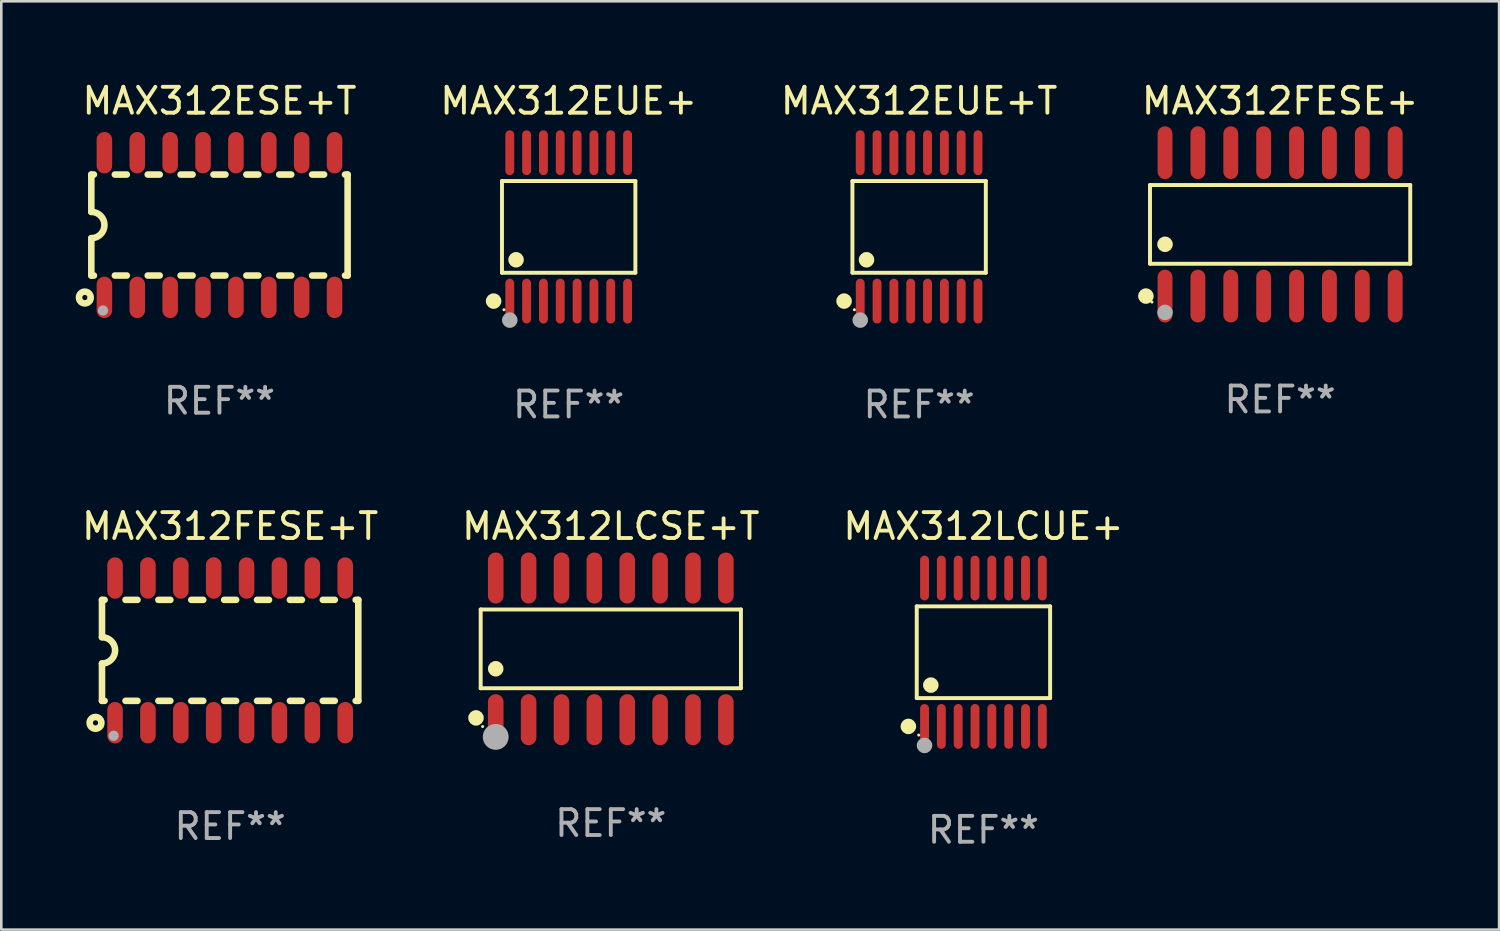
<source format=kicad_pcb>
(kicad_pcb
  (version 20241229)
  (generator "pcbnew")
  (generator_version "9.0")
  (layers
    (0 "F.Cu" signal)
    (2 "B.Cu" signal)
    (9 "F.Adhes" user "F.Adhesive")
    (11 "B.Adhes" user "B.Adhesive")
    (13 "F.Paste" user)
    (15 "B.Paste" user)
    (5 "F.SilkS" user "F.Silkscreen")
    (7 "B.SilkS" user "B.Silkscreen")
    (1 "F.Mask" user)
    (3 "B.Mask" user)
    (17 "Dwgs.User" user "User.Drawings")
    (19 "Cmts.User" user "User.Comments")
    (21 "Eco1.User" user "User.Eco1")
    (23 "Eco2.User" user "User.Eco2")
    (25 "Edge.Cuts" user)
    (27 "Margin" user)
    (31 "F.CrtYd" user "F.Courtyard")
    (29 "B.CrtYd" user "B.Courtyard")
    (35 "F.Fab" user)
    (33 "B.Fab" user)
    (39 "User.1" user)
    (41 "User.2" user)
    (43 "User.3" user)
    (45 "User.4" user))
  (footprint "MAX312LCUE+"
    (layer "F.Cu")
    (at 34.935 22.142)
    (property "Reference" "MAX312LCUE+" (at 0 -4.866 0) (layer "F.SilkS") (effects (font (size 1 1) (thickness 0.15))))
    (attr through_hole)
    (fp_line (start -2.576 -1.772) (end 2.576 -1.772) (stroke (width 0.152) (type solid)) (layer "F.SilkS"))
    (fp_line (start -2.576 1.771) (end -2.576 -1.772) (stroke (width 0.152) (type solid)) (layer "F.SilkS"))
    (fp_line (start 2.576 -1.772) (end 2.576 1.771) (stroke (width 0.152) (type solid)) (layer "F.SilkS"))
    (fp_line (start 2.576 1.771) (end -2.576 1.771) (stroke (width 0.152) (type solid)) (layer "F.SilkS"))
    (fp_circle (center -2.899 2.866) (end -2.749 2.866) (stroke (width 0.3) (type solid)) (fill no) (layer "F.SilkS"))
    (fp_circle (center -2.5 3.2) (end -2.47 3.2) (stroke (width 0.06) (type solid)) (fill no) (layer "F.SilkS"))
    (fp_circle (center -2.032 1.27) (end -1.882 1.27) (stroke (width 0.3) (type solid)) (fill no) (layer "F.SilkS"))
    (fp_circle (center -2.275 3.6) (end -2.125 3.6) (stroke (width 0.3) (type solid)) (fill no) (layer "F.Fab"))
    (fp_text user "REF**" (at 0 6.866 0) (layer "F.Fab") (effects (font (size 1 1) (thickness 0.15))))
    (pad "1" smd oval (at -2.275 2.866) (size 0.343 1.731) (layers "F.Cu" "F.Mask" "F.Paste"))
    (pad "2" smd oval (at -1.625 2.866) (size 0.343 1.731) (layers "F.Cu" "F.Mask" "F.Paste"))
    (pad "3" smd oval (at -0.975 2.866) (size 0.343 1.731) (layers "F.Cu" "F.Mask" "F.Paste"))
    (pad "4" smd oval (at -0.325 2.866) (size 0.343 1.731) (layers "F.Cu" "F.Mask" "F.Paste"))
    (pad "5" smd oval (at 0.325 2.866) (size 0.343 1.731) (layers "F.Cu" "F.Mask" "F.Paste"))
    (pad "6" smd oval (at 0.975 2.866) (size 0.343 1.731) (layers "F.Cu" "F.Mask" "F.Paste"))
    (pad "7" smd oval (at 1.625 2.866) (size 0.343 1.731) (layers "F.Cu" "F.Mask" "F.Paste"))
    (pad "8" smd oval (at 2.275 2.866) (size 0.343 1.731) (layers "F.Cu" "F.Mask" "F.Paste"))
    (pad "9" smd oval (at 2.275 -2.866) (size 0.343 1.731) (layers "F.Cu" "F.Mask" "F.Paste"))
    (pad "10" smd oval (at 1.625 -2.866) (size 0.343 1.731) (layers "F.Cu" "F.Mask" "F.Paste"))
    (pad "11" smd oval (at 0.975 -2.866) (size 0.343 1.731) (layers "F.Cu" "F.Mask" "F.Paste"))
    (pad "12" smd oval (at 0.325 -2.866) (size 0.343 1.731) (layers "F.Cu" "F.Mask" "F.Paste"))
    (pad "13" smd oval (at -0.325 -2.866) (size 0.343 1.731) (layers "F.Cu" "F.Mask" "F.Paste"))
    (pad "14" smd oval (at -0.975 -2.866) (size 0.343 1.731) (layers "F.Cu" "F.Mask" "F.Paste"))
    (pad "15" smd oval (at -1.625 -2.866) (size 0.343 1.731) (layers "F.Cu" "F.Mask" "F.Paste"))
    (pad "16" smd oval (at -2.275 -2.866) (size 0.343 1.731) (layers "F.Cu" "F.Mask" "F.Paste")))
  (footprint "MAX312EUE+T"
    (layer "F.Cu")
    (at 32.451 5.714)
    (property "Reference" "MAX312EUE+T" (at 0 -4.866 0) (layer "F.SilkS") (effects (font (size 1 1) (thickness 0.15))))
    (attr through_hole)
    (fp_line (start -2.576 -1.772) (end 2.576 -1.772) (stroke (width 0.152) (type solid)) (layer "F.SilkS"))
    (fp_line (start -2.576 1.771) (end -2.576 -1.772) (stroke (width 0.152) (type solid)) (layer "F.SilkS"))
    (fp_line (start 2.576 -1.772) (end 2.576 1.771) (stroke (width 0.152) (type solid)) (layer "F.SilkS"))
    (fp_line (start 2.576 1.771) (end -2.576 1.771) (stroke (width 0.152) (type solid)) (layer "F.SilkS"))
    (fp_circle (center -2.899 2.866) (end -2.749 2.866) (stroke (width 0.3) (type solid)) (fill no) (layer "F.SilkS"))
    (fp_circle (center -2.5 3.2) (end -2.47 3.2) (stroke (width 0.06) (type solid)) (fill no) (layer "F.SilkS"))
    (fp_circle (center -2.032 1.27) (end -1.882 1.27) (stroke (width 0.3) (type solid)) (fill no) (layer "F.SilkS"))
    (fp_circle (center -2.275 3.6) (end -2.125 3.6) (stroke (width 0.3) (type solid)) (fill no) (layer "F.Fab"))
    (fp_text user "REF**" (at 0 6.866 0) (layer "F.Fab") (effects (font (size 1 1) (thickness 0.15))))
    (pad "1" smd oval (at -2.275 2.866) (size 0.343 1.731) (layers "F.Cu" "F.Mask" "F.Paste"))
    (pad "2" smd oval (at -1.625 2.866) (size 0.343 1.731) (layers "F.Cu" "F.Mask" "F.Paste"))
    (pad "3" smd oval (at -0.975 2.866) (size 0.343 1.731) (layers "F.Cu" "F.Mask" "F.Paste"))
    (pad "4" smd oval (at -0.325 2.866) (size 0.343 1.731) (layers "F.Cu" "F.Mask" "F.Paste"))
    (pad "5" smd oval (at 0.325 2.866) (size 0.343 1.731) (layers "F.Cu" "F.Mask" "F.Paste"))
    (pad "6" smd oval (at 0.975 2.866) (size 0.343 1.731) (layers "F.Cu" "F.Mask" "F.Paste"))
    (pad "7" smd oval (at 1.625 2.866) (size 0.343 1.731) (layers "F.Cu" "F.Mask" "F.Paste"))
    (pad "8" smd oval (at 2.275 2.866) (size 0.343 1.731) (layers "F.Cu" "F.Mask" "F.Paste"))
    (pad "9" smd oval (at 2.275 -2.866) (size 0.343 1.731) (layers "F.Cu" "F.Mask" "F.Paste"))
    (pad "10" smd oval (at 1.625 -2.866) (size 0.343 1.731) (layers "F.Cu" "F.Mask" "F.Paste"))
    (pad "11" smd oval (at 0.975 -2.866) (size 0.343 1.731) (layers "F.Cu" "F.Mask" "F.Paste"))
    (pad "12" smd oval (at 0.325 -2.866) (size 0.343 1.731) (layers "F.Cu" "F.Mask" "F.Paste"))
    (pad "13" smd oval (at -0.325 -2.866) (size 0.343 1.731) (layers "F.Cu" "F.Mask" "F.Paste"))
    (pad "14" smd oval (at -0.975 -2.866) (size 0.343 1.731) (layers "F.Cu" "F.Mask" "F.Paste"))
    (pad "15" smd oval (at -1.625 -2.866) (size 0.343 1.731) (layers "F.Cu" "F.Mask" "F.Paste"))
    (pad "16" smd oval (at -2.275 -2.866) (size 0.343 1.731) (layers "F.Cu" "F.Mask" "F.Paste")))
  (footprint "MAX312ESE+T"
    (layer "F.Cu")
    (at 5.427 5.642)
    (property "Reference" "MAX312ESE+T" (at 0 -4.794 0) (layer "F.SilkS") (effects (font (size 1 1) (thickness 0.15))))
    (attr through_hole)
    (fp_line (start -4.95 -1.95) (end -4.95 -0.508) (stroke (width 0.254) (type solid)) (layer "F.SilkS"))
    (fp_line (start -4.95 -1.95) (end -4.849 -1.95) (stroke (width 0.254) (type solid)) (layer "F.SilkS"))
    (fp_line (start -4.95 1.95) (end -4.95 0.508) (stroke (width 0.254) (type solid)) (layer "F.SilkS"))
    (fp_line (start -4.95 1.95) (end -4.849 1.95) (stroke (width 0.254) (type solid)) (layer "F.SilkS"))
    (fp_line (start -4.041 -1.95) (end -3.579 -1.95) (stroke (width 0.254) (type solid)) (layer "F.SilkS"))
    (fp_line (start -4.041 1.95) (end -3.579 1.95) (stroke (width 0.254) (type solid)) (layer "F.SilkS"))
    (fp_line (start -2.771 -1.95) (end -2.309 -1.95) (stroke (width 0.254) (type solid)) (layer "F.SilkS"))
    (fp_line (start -2.771 1.95) (end -2.309 1.95) (stroke (width 0.254) (type solid)) (layer "F.SilkS"))
    (fp_line (start -1.501 -1.95) (end -1.039 -1.95) (stroke (width 0.254) (type solid)) (layer "F.SilkS"))
    (fp_line (start -1.501 1.95) (end -1.039 1.95) (stroke (width 0.254) (type solid)) (layer "F.SilkS"))
    (fp_line (start -0.231 -1.95) (end 0.231 -1.95) (stroke (width 0.254) (type solid)) (layer "F.SilkS"))
    (fp_line (start -0.231 1.95) (end 0.231 1.95) (stroke (width 0.254) (type solid)) (layer "F.SilkS"))
    (fp_line (start 1.039 -1.95) (end 1.501 -1.95) (stroke (width 0.254) (type solid)) (layer "F.SilkS"))
    (fp_line (start 1.039 1.95) (end 1.501 1.95) (stroke (width 0.254) (type solid)) (layer "F.SilkS"))
    (fp_line (start 2.309 -1.95) (end 2.771 -1.95) (stroke (width 0.254) (type solid)) (layer "F.SilkS"))
    (fp_line (start 2.309 1.95) (end 2.771 1.95) (stroke (width 0.254) (type solid)) (layer "F.SilkS"))
    (fp_line (start 3.579 -1.95) (end 4.041 -1.95) (stroke (width 0.254) (type solid)) (layer "F.SilkS"))
    (fp_line (start 3.579 1.95) (end 4.041 1.95) (stroke (width 0.254) (type solid)) (layer "F.SilkS"))
    (fp_line (start 4.849 -1.95) (end 4.95 -1.95) (stroke (width 0.254) (type solid)) (layer "F.SilkS"))
    (fp_line (start 4.849 1.95) (end 4.95 1.95) (stroke (width 0.254) (type solid)) (layer "F.SilkS"))
    (fp_line (start 4.95 -1.95) (end 4.95 1.95) (stroke (width 0.254) (type solid)) (layer "F.SilkS"))
    (fp_arc (start -4.95047 -0.508001) (mid -4.442469 -0.000228) (end -4.950013 0.508001) (stroke (width 0.254001) (type solid)) (layer "F.SilkS"))
    (fp_circle (center -5.2 2.8) (end -5.1 2.8) (stroke (width 0.254) (type solid)) (fill no) (layer "F.SilkS"))
    (fp_circle (center -4.95 2.947) (end -4.92 2.947) (stroke (width 0.06) (type solid)) (fill no) (layer "F.SilkS"))
    (fp_circle (center -4.5 3.3) (end -4.4 3.3) (stroke (width 0.2) (type solid)) (fill no) (layer "F.Fab"))
    (fp_text user "REF**" (at 0 6.794 0) (layer "F.Fab") (effects (font (size 1 1) (thickness 0.15))))
    (pad "1" smd oval (at -4.445 2.794) (size 0.6 1.6) (layers "F.Cu" "F.Mask" "F.Paste"))
    (pad "2" smd oval (at -3.175 2.794) (size 0.6 1.6) (layers "F.Cu" "F.Mask" "F.Paste"))
    (pad "3" smd oval (at -1.905 2.794) (size 0.6 1.6) (layers "F.Cu" "F.Mask" "F.Paste"))
    (pad "4" smd oval (at -0.635 2.794) (size 0.6 1.6) (layers "F.Cu" "F.Mask" "F.Paste"))
    (pad "5" smd oval (at 0.635 2.794) (size 0.6 1.6) (layers "F.Cu" "F.Mask" "F.Paste"))
    (pad "6" smd oval (at 1.905 2.794) (size 0.6 1.6) (layers "F.Cu" "F.Mask" "F.Paste"))
    (pad "7" smd oval (at 3.175 2.794) (size 0.6 1.6) (layers "F.Cu" "F.Mask" "F.Paste"))
    (pad "8" smd oval (at 4.445 2.794) (size 0.6 1.6) (layers "F.Cu" "F.Mask" "F.Paste"))
    (pad "9" smd oval (at 4.445 -2.794) (size 0.6 1.6) (layers "F.Cu" "F.Mask" "F.Paste"))
    (pad "10" smd oval (at 3.175 -2.794) (size 0.6 1.6) (layers "F.Cu" "F.Mask" "F.Paste"))
    (pad "11" smd oval (at 1.905 -2.794) (size 0.6 1.6) (layers "F.Cu" "F.Mask" "F.Paste"))
    (pad "12" smd oval (at 0.635 -2.794) (size 0.6 1.6) (layers "F.Cu" "F.Mask" "F.Paste"))
    (pad "13" smd oval (at -0.635 -2.794) (size 0.6 1.6) (layers "F.Cu" "F.Mask" "F.Paste"))
    (pad "14" smd oval (at -1.905 -2.794) (size 0.6 1.6) (layers "F.Cu" "F.Mask" "F.Paste"))
    (pad "15" smd oval (at -3.175 -2.794) (size 0.6 1.6) (layers "F.Cu" "F.Mask" "F.Paste"))
    (pad "16" smd oval (at -4.445 -2.794) (size 0.6 1.6) (layers "F.Cu" "F.Mask" "F.Paste")))
  (footprint "MAX312EUE+"
    (layer "F.Cu")
    (at 18.915 5.714)
    (property "Reference" "MAX312EUE+" (at 0 -4.866 0) (layer "F.SilkS") (effects (font (size 1 1) (thickness 0.15))))
    (attr through_hole)
    (fp_line (start -2.576 -1.772) (end 2.576 -1.772) (stroke (width 0.152) (type solid)) (layer "F.SilkS"))
    (fp_line (start -2.576 1.771) (end -2.576 -1.772) (stroke (width 0.152) (type solid)) (layer "F.SilkS"))
    (fp_line (start 2.576 -1.772) (end 2.576 1.771) (stroke (width 0.152) (type solid)) (layer "F.SilkS"))
    (fp_line (start 2.576 1.771) (end -2.576 1.771) (stroke (width 0.152) (type solid)) (layer "F.SilkS"))
    (fp_circle (center -2.899 2.866) (end -2.749 2.866) (stroke (width 0.3) (type solid)) (fill no) (layer "F.SilkS"))
    (fp_circle (center -2.5 3.2) (end -2.47 3.2) (stroke (width 0.06) (type solid)) (fill no) (layer "F.SilkS"))
    (fp_circle (center -2.032 1.27) (end -1.882 1.27) (stroke (width 0.3) (type solid)) (fill no) (layer "F.SilkS"))
    (fp_circle (center -2.275 3.6) (end -2.125 3.6) (stroke (width 0.3) (type solid)) (fill no) (layer "F.Fab"))
    (fp_text user "REF**" (at 0 6.866 0) (layer "F.Fab") (effects (font (size 1 1) (thickness 0.15))))
    (pad "1" smd oval (at -2.275 2.866) (size 0.343 1.731) (layers "F.Cu" "F.Mask" "F.Paste"))
    (pad "2" smd oval (at -1.625 2.866) (size 0.343 1.731) (layers "F.Cu" "F.Mask" "F.Paste"))
    (pad "3" smd oval (at -0.975 2.866) (size 0.343 1.731) (layers "F.Cu" "F.Mask" "F.Paste"))
    (pad "4" smd oval (at -0.325 2.866) (size 0.343 1.731) (layers "F.Cu" "F.Mask" "F.Paste"))
    (pad "5" smd oval (at 0.325 2.866) (size 0.343 1.731) (layers "F.Cu" "F.Mask" "F.Paste"))
    (pad "6" smd oval (at 0.975 2.866) (size 0.343 1.731) (layers "F.Cu" "F.Mask" "F.Paste"))
    (pad "7" smd oval (at 1.625 2.866) (size 0.343 1.731) (layers "F.Cu" "F.Mask" "F.Paste"))
    (pad "8" smd oval (at 2.275 2.866) (size 0.343 1.731) (layers "F.Cu" "F.Mask" "F.Paste"))
    (pad "9" smd oval (at 2.275 -2.866) (size 0.343 1.731) (layers "F.Cu" "F.Mask" "F.Paste"))
    (pad "10" smd oval (at 1.625 -2.866) (size 0.343 1.731) (layers "F.Cu" "F.Mask" "F.Paste"))
    (pad "11" smd oval (at 0.975 -2.866) (size 0.343 1.731) (layers "F.Cu" "F.Mask" "F.Paste"))
    (pad "12" smd oval (at 0.325 -2.866) (size 0.343 1.731) (layers "F.Cu" "F.Mask" "F.Paste"))
    (pad "13" smd oval (at -0.325 -2.866) (size 0.343 1.731) (layers "F.Cu" "F.Mask" "F.Paste"))
    (pad "14" smd oval (at -0.975 -2.866) (size 0.343 1.731) (layers "F.Cu" "F.Mask" "F.Paste"))
    (pad "15" smd oval (at -1.625 -2.866) (size 0.343 1.731) (layers "F.Cu" "F.Mask" "F.Paste"))
    (pad "16" smd oval (at -2.275 -2.866) (size 0.343 1.731) (layers "F.Cu" "F.Mask" "F.Paste")))
  (footprint "MAX312FESE+T"
    (layer "F.Cu")
    (at 5.839 22.07)
    (property "Reference" "MAX312FESE+T" (at 0 -4.794 0) (layer "F.SilkS") (effects (font (size 1 1) (thickness 0.15))))
    (attr through_hole)
    (fp_line (start -4.95 -1.95) (end -4.95 -0.508) (stroke (width 0.254) (type solid)) (layer "F.SilkS"))
    (fp_line (start -4.95 -1.95) (end -4.849 -1.95) (stroke (width 0.254) (type solid)) (layer "F.SilkS"))
    (fp_line (start -4.95 1.95) (end -4.95 0.508) (stroke (width 0.254) (type solid)) (layer "F.SilkS"))
    (fp_line (start -4.95 1.95) (end -4.849 1.95) (stroke (width 0.254) (type solid)) (layer "F.SilkS"))
    (fp_line (start -4.041 -1.95) (end -3.579 -1.95) (stroke (width 0.254) (type solid)) (layer "F.SilkS"))
    (fp_line (start -4.041 1.95) (end -3.579 1.95) (stroke (width 0.254) (type solid)) (layer "F.SilkS"))
    (fp_line (start -2.771 -1.95) (end -2.309 -1.95) (stroke (width 0.254) (type solid)) (layer "F.SilkS"))
    (fp_line (start -2.771 1.95) (end -2.309 1.95) (stroke (width 0.254) (type solid)) (layer "F.SilkS"))
    (fp_line (start -1.501 -1.95) (end -1.039 -1.95) (stroke (width 0.254) (type solid)) (layer "F.SilkS"))
    (fp_line (start -1.501 1.95) (end -1.039 1.95) (stroke (width 0.254) (type solid)) (layer "F.SilkS"))
    (fp_line (start -0.231 -1.95) (end 0.231 -1.95) (stroke (width 0.254) (type solid)) (layer "F.SilkS"))
    (fp_line (start -0.231 1.95) (end 0.231 1.95) (stroke (width 0.254) (type solid)) (layer "F.SilkS"))
    (fp_line (start 1.039 -1.95) (end 1.501 -1.95) (stroke (width 0.254) (type solid)) (layer "F.SilkS"))
    (fp_line (start 1.039 1.95) (end 1.501 1.95) (stroke (width 0.254) (type solid)) (layer "F.SilkS"))
    (fp_line (start 2.309 -1.95) (end 2.771 -1.95) (stroke (width 0.254) (type solid)) (layer "F.SilkS"))
    (fp_line (start 2.309 1.95) (end 2.771 1.95) (stroke (width 0.254) (type solid)) (layer "F.SilkS"))
    (fp_line (start 3.579 -1.95) (end 4.041 -1.95) (stroke (width 0.254) (type solid)) (layer "F.SilkS"))
    (fp_line (start 3.579 1.95) (end 4.041 1.95) (stroke (width 0.254) (type solid)) (layer "F.SilkS"))
    (fp_line (start 4.849 -1.95) (end 4.95 -1.95) (stroke (width 0.254) (type solid)) (layer "F.SilkS"))
    (fp_line (start 4.849 1.95) (end 4.95 1.95) (stroke (width 0.254) (type solid)) (layer "F.SilkS"))
    (fp_line (start 4.95 -1.95) (end 4.95 1.95) (stroke (width 0.254) (type solid)) (layer "F.SilkS"))
    (fp_arc (start -4.95047 -0.508001) (mid -4.442469 -0.000228) (end -4.950013 0.508001) (stroke (width 0.254001) (type solid)) (layer "F.SilkS"))
    (fp_circle (center -5.2 2.8) (end -5.1 2.8) (stroke (width 0.254) (type solid)) (fill no) (layer "F.SilkS"))
    (fp_circle (center -4.95 2.947) (end -4.92 2.947) (stroke (width 0.06) (type solid)) (fill no) (layer "F.SilkS"))
    (fp_circle (center -4.5 3.3) (end -4.4 3.3) (stroke (width 0.2) (type solid)) (fill no) (layer "F.Fab"))
    (fp_text user "REF**" (at 0 6.794 0) (layer "F.Fab") (effects (font (size 1 1) (thickness 0.15))))
    (pad "1" smd oval (at -4.445 2.794) (size 0.6 1.6) (layers "F.Cu" "F.Mask" "F.Paste"))
    (pad "2" smd oval (at -3.175 2.794) (size 0.6 1.6) (layers "F.Cu" "F.Mask" "F.Paste"))
    (pad "3" smd oval (at -1.905 2.794) (size 0.6 1.6) (layers "F.Cu" "F.Mask" "F.Paste"))
    (pad "4" smd oval (at -0.635 2.794) (size 0.6 1.6) (layers "F.Cu" "F.Mask" "F.Paste"))
    (pad "5" smd oval (at 0.635 2.794) (size 0.6 1.6) (layers "F.Cu" "F.Mask" "F.Paste"))
    (pad "6" smd oval (at 1.905 2.794) (size 0.6 1.6) (layers "F.Cu" "F.Mask" "F.Paste"))
    (pad "7" smd oval (at 3.175 2.794) (size 0.6 1.6) (layers "F.Cu" "F.Mask" "F.Paste"))
    (pad "8" smd oval (at 4.445 2.794) (size 0.6 1.6) (layers "F.Cu" "F.Mask" "F.Paste"))
    (pad "9" smd oval (at 4.445 -2.794) (size 0.6 1.6) (layers "F.Cu" "F.Mask" "F.Paste"))
    (pad "10" smd oval (at 3.175 -2.794) (size 0.6 1.6) (layers "F.Cu" "F.Mask" "F.Paste"))
    (pad "11" smd oval (at 1.905 -2.794) (size 0.6 1.6) (layers "F.Cu" "F.Mask" "F.Paste"))
    (pad "12" smd oval (at 0.635 -2.794) (size 0.6 1.6) (layers "F.Cu" "F.Mask" "F.Paste"))
    (pad "13" smd oval (at -0.635 -2.794) (size 0.6 1.6) (layers "F.Cu" "F.Mask" "F.Paste"))
    (pad "14" smd oval (at -1.905 -2.794) (size 0.6 1.6) (layers "F.Cu" "F.Mask" "F.Paste"))
    (pad "15" smd oval (at -3.175 -2.794) (size 0.6 1.6) (layers "F.Cu" "F.Mask" "F.Paste"))
    (pad "16" smd oval (at -4.445 -2.794) (size 0.6 1.6) (layers "F.Cu" "F.Mask" "F.Paste")))
  (footprint "MAX312FESE+"
    (layer "F.Cu")
    (at 46.394 5.617)
    (property "Reference" "MAX312FESE+" (at 0 -4.769 0) (layer "F.SilkS") (effects (font (size 1 1) (thickness 0.15))))
    (attr through_hole)
    (fp_line (start -5.026 -1.521) (end 5.026 -1.521) (stroke (width 0.152) (type solid)) (layer "F.SilkS"))
    (fp_line (start -5.026 1.521) (end -5.026 -1.521) (stroke (width 0.152) (type solid)) (layer "F.SilkS"))
    (fp_line (start 5.026 -1.521) (end 5.026 1.521) (stroke (width 0.152) (type solid)) (layer "F.SilkS"))
    (fp_line (start 5.026 1.521) (end -5.026 1.521) (stroke (width 0.152) (type solid)) (layer "F.SilkS"))
    (fp_circle (center -5.184 2.769) (end -5.034 2.769) (stroke (width 0.3) (type solid)) (fill no) (layer "F.SilkS"))
    (fp_circle (center -4.95 3) (end -4.92 3) (stroke (width 0.06) (type solid)) (fill no) (layer "F.SilkS"))
    (fp_circle (center -4.445 0.769) (end -4.295 0.769) (stroke (width 0.3) (type solid)) (fill no) (layer "F.SilkS"))
    (fp_circle (center -4.445 3.4) (end -4.295 3.4) (stroke (width 0.3) (type solid)) (fill no) (layer "F.Fab"))
    (fp_text user "REF**" (at 0 6.769 0) (layer "F.Fab") (effects (font (size 1 1) (thickness 0.15))))
    (pad "1" smd oval (at -4.445 2.769) (size 0.574 2.038) (layers "F.Cu" "F.Mask" "F.Paste"))
    (pad "2" smd oval (at -3.175 2.769) (size 0.574 2.038) (layers "F.Cu" "F.Mask" "F.Paste"))
    (pad "3" smd oval (at -1.905 2.769) (size 0.574 2.038) (layers "F.Cu" "F.Mask" "F.Paste"))
    (pad "4" smd oval (at -0.635 2.769) (size 0.574 2.038) (layers "F.Cu" "F.Mask" "F.Paste"))
    (pad "5" smd oval (at 0.635 2.769) (size 0.574 2.038) (layers "F.Cu" "F.Mask" "F.Paste"))
    (pad "6" smd oval (at 1.905 2.769) (size 0.574 2.038) (layers "F.Cu" "F.Mask" "F.Paste"))
    (pad "7" smd oval (at 3.175 2.769) (size 0.574 2.038) (layers "F.Cu" "F.Mask" "F.Paste"))
    (pad "8" smd oval (at 4.445 2.769) (size 0.574 2.038) (layers "F.Cu" "F.Mask" "F.Paste"))
    (pad "9" smd oval (at 4.445 -2.769) (size 0.574 2.038) (layers "F.Cu" "F.Mask" "F.Paste"))
    (pad "10" smd oval (at 3.175 -2.769) (size 0.574 2.038) (layers "F.Cu" "F.Mask" "F.Paste"))
    (pad "11" smd oval (at 1.905 -2.769) (size 0.574 2.038) (layers "F.Cu" "F.Mask" "F.Paste"))
    (pad "12" smd oval (at 0.635 -2.769) (size 0.574 2.038) (layers "F.Cu" "F.Mask" "F.Paste"))
    (pad "13" smd oval (at -0.635 -2.769) (size 0.574 2.038) (layers "F.Cu" "F.Mask" "F.Paste"))
    (pad "14" smd oval (at -1.905 -2.769) (size 0.574 2.038) (layers "F.Cu" "F.Mask" "F.Paste"))
    (pad "15" smd oval (at -3.175 -2.769) (size 0.574 2.038) (layers "F.Cu" "F.Mask" "F.Paste"))
    (pad "16" smd oval (at -4.445 -2.769) (size 0.574 2.038) (layers "F.Cu" "F.Mask" "F.Paste")))
  (footprint "MAX312LCSE+T"
    (layer "F.Cu")
    (at 20.542 22.012)
    (property "Reference" "MAX312LCSE+T" (at 0 -4.736 0) (layer "F.SilkS") (effects (font (size 1 1) (thickness 0.15))))
    (attr through_hole)
    (fp_line (start -5.026 -1.521) (end 5.026 -1.521) (stroke (width 0.152) (type solid)) (layer "F.SilkS"))
    (fp_line (start -5.026 1.521) (end -5.026 -1.521) (stroke (width 0.152) (type solid)) (layer "F.SilkS"))
    (fp_line (start 5.026 -1.521) (end 5.026 1.521) (stroke (width 0.152) (type solid)) (layer "F.SilkS"))
    (fp_line (start 5.026 1.521) (end -5.026 1.521) (stroke (width 0.152) (type solid)) (layer "F.SilkS"))
    (fp_circle (center -5.207 2.667) (end -5.057 2.667) (stroke (width 0.3) (type solid)) (fill no) (layer "F.SilkS"))
    (fp_circle (center -4.95 3) (end -4.92 3) (stroke (width 0.06) (type solid)) (fill no) (layer "F.SilkS"))
    (fp_circle (center -4.445 0.769) (end -4.295 0.769) (stroke (width 0.3) (type solid)) (fill no) (layer "F.SilkS"))
    (fp_circle (center -4.445 3.4) (end -4.195 3.4) (stroke (width 0.5) (type solid)) (fill no) (layer "F.Fab"))
    (fp_text user "REF**" (at 0 6.736 0) (layer "F.Fab") (effects (font (size 1 1) (thickness 0.15))))
    (pad "1" smd oval (at -4.445 2.736) (size 0.602 1.971) (layers "F.Cu" "F.Mask" "F.Paste"))
    (pad "2" smd oval (at -3.175 2.736) (size 0.602 1.971) (layers "F.Cu" "F.Mask" "F.Paste"))
    (pad "3" smd oval (at -1.905 2.736) (size 0.602 1.971) (layers "F.Cu" "F.Mask" "F.Paste"))
    (pad "4" smd oval (at -0.635 2.736) (size 0.602 1.971) (layers "F.Cu" "F.Mask" "F.Paste"))
    (pad "5" smd oval (at 0.635 2.736) (size 0.602 1.971) (layers "F.Cu" "F.Mask" "F.Paste"))
    (pad "6" smd oval (at 1.905 2.736) (size 0.602 1.971) (layers "F.Cu" "F.Mask" "F.Paste"))
    (pad "7" smd oval (at 3.175 2.736) (size 0.602 1.971) (layers "F.Cu" "F.Mask" "F.Paste"))
    (pad "8" smd oval (at 4.445 2.736) (size 0.602 1.971) (layers "F.Cu" "F.Mask" "F.Paste"))
    (pad "9" smd oval (at 4.445 -2.736) (size 0.602 1.971) (layers "F.Cu" "F.Mask" "F.Paste"))
    (pad "10" smd oval (at 3.175 -2.736) (size 0.602 1.971) (layers "F.Cu" "F.Mask" "F.Paste"))
    (pad "11" smd oval (at 1.905 -2.736) (size 0.602 1.971) (layers "F.Cu" "F.Mask" "F.Paste"))
    (pad "12" smd oval (at 0.635 -2.736) (size 0.602 1.971) (layers "F.Cu" "F.Mask" "F.Paste"))
    (pad "13" smd oval (at -0.635 -2.736) (size 0.602 1.971) (layers "F.Cu" "F.Mask" "F.Paste"))
    (pad "14" smd oval (at -1.905 -2.736) (size 0.602 1.971) (layers "F.Cu" "F.Mask" "F.Paste"))
    (pad "15" smd oval (at -3.175 -2.736) (size 0.602 1.971) (layers "F.Cu" "F.Mask" "F.Paste"))
    (pad "16" smd oval (at -4.445 -2.736) (size 0.602 1.971) (layers "F.Cu" "F.Mask" "F.Paste")))
  (gr_rect
    (start -3 -3)
    (end 54.852 32.856)
    (stroke (width 0.1) (type default))
    (fill no)
    (layer "Edge.Cuts")))
</source>
